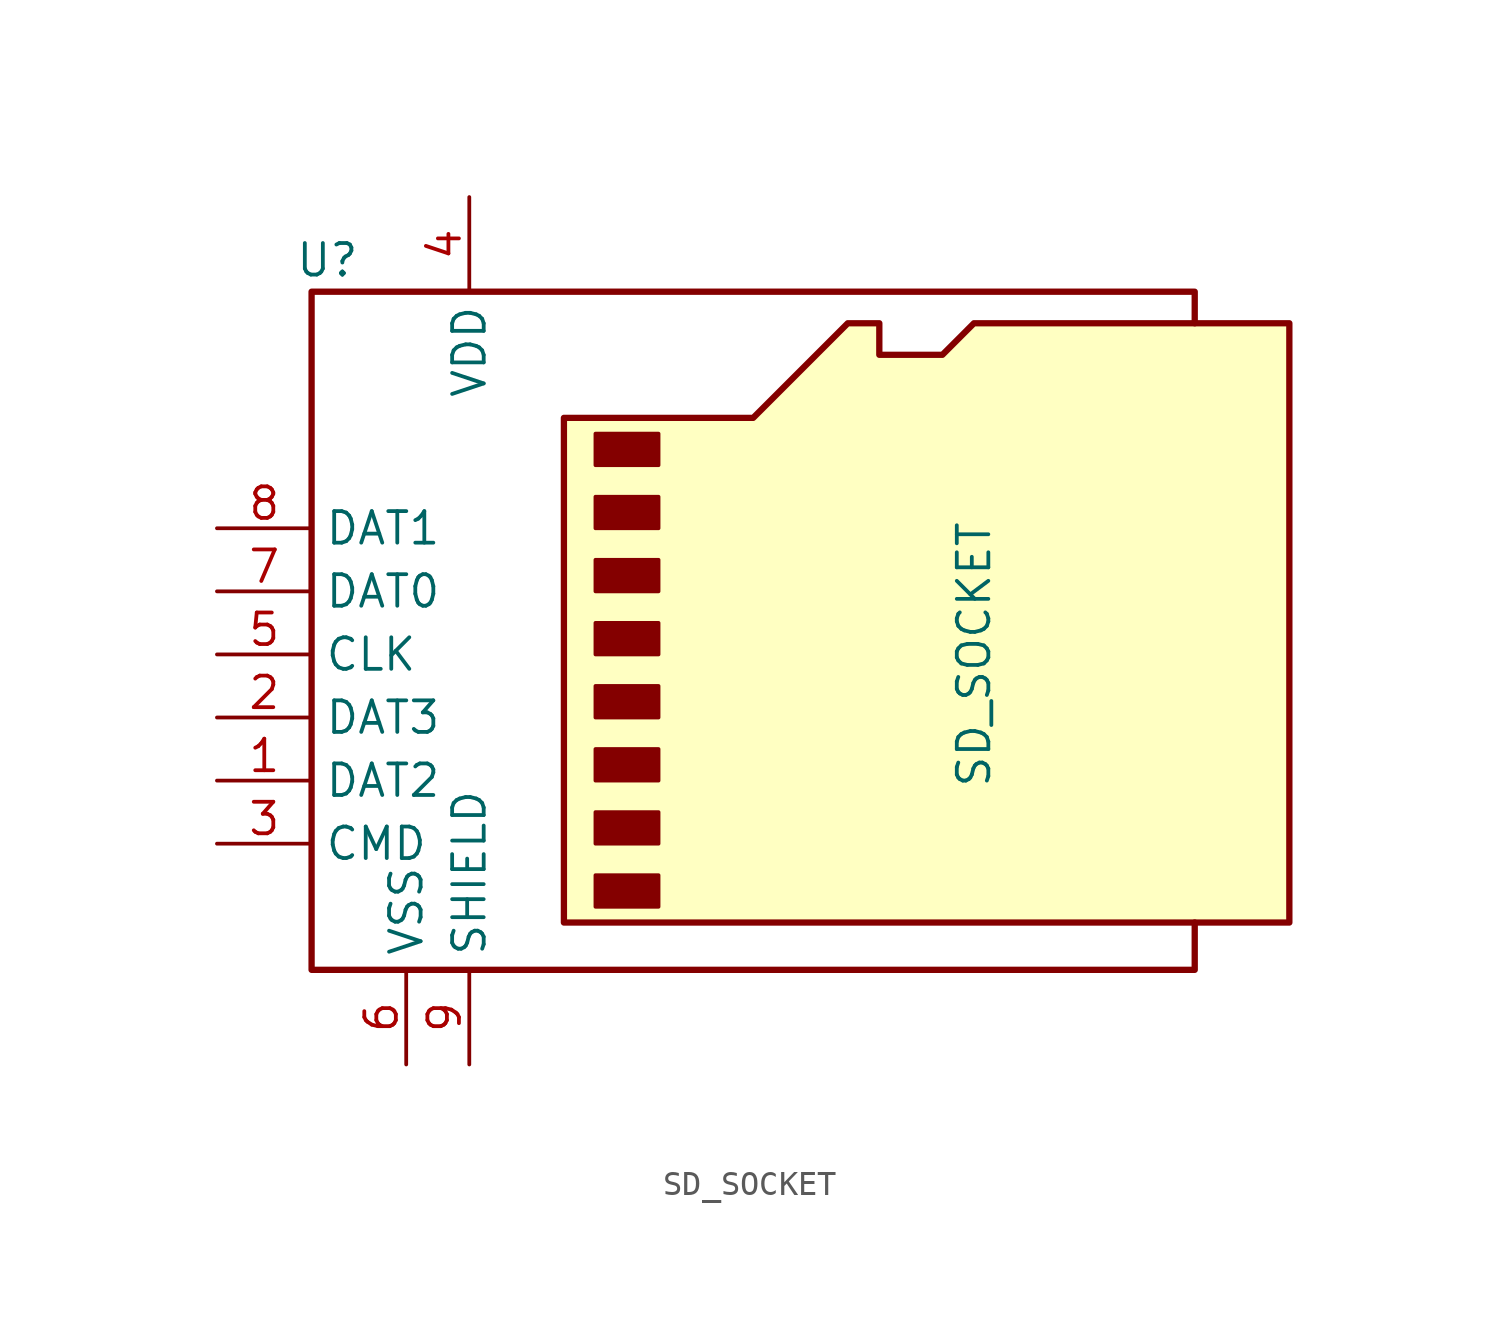
<source format=kicad_sym>
(kicad_symbol_lib
  (version 20220914)
  (generator kicad_symbol_editor)
  (symbol "SD_SOCKET"
    (property "Reference" "U"
      (at 4.445 10.795 0)
      (effects (font (size 1.27 1.27))))
    (property "Value" "SD_SOCKET"
      (at 30.48 -5.08 90)
      (effects (font (size 1.27 1.27))))
    (symbol "SD_SOCKET_0_1"
      (polyline (pts (xy 39.37 8.255) (xy 39.37 9.525) (xy 3.81 9.525) (xy 3.81 -17.78) (xy 39.37 -17.78) (xy 39.37 -15.875)) (stroke (width 0.254) (type default)) (fill (type none)))
      (polyline (pts (xy 13.97 -15.875) (xy 13.97 4.445) (xy 21.59 4.445) (xy 25.4 8.255) (xy 26.67 8.255) (xy 26.67 6.985) (xy 29.21 6.985) (xy 30.48 8.255) (xy 43.18 8.255) (xy 43.18 -15.875) (xy 13.97 -15.875)) (stroke (width 0.254) (type default)) (fill (type background)))
      (rectangle (start 15.24 -13.97) (end 17.78 -15.24) (stroke (width 0) (type default)) (fill (type outline)))
      (rectangle (start 15.24 -11.43) (end 17.78 -12.7) (stroke (width 0) (type default)) (fill (type outline)))
      (rectangle (start 15.24 -8.89) (end 17.78 -10.16) (stroke (width 0) (type default)) (fill (type outline)))
      (rectangle (start 15.24 -6.35) (end 17.78 -7.62) (stroke (width 0) (type default)) (fill (type outline)))
      (rectangle (start 15.24 -3.81) (end 17.78 -5.08) (stroke (width 0) (type default)) (fill (type outline)))
      (rectangle (start 15.24 -1.27) (end 17.78 -2.54) (stroke (width 0) (type default)) (fill (type outline)))
      (rectangle (start 15.24 1.27) (end 17.78 0) (stroke (width 0) (type default)) (fill (type outline)))
      (rectangle (start 15.24 3.81) (end 17.78 2.54) (stroke (width 0) (type default)) (fill (type outline))))
    (symbol "SD_SOCKET_1_1"
      (pin bidirectional line (at 0 -10.16 0) (length 3.81) (name "DAT2" (effects (font (size 1.27 1.27)))) (number "1" (effects (font (size 1.27 1.27)))))
      (pin passive line (at 10.16 -21.59 90) (length 3.81) hide (name "SHIELD" (effects (font (size 1.27 1.27)))) (number "10" (effects (font (size 1.27 1.27)))))
      (pin passive line (at 10.16 -21.59 90) (length 3.81) hide (name "SHIELD" (effects (font (size 1.27 1.27)))) (number "11" (effects (font (size 1.27 1.27)))))
      (pin passive line (at 10.16 -21.59 90) (length 3.81) hide (name "SHIELD" (effects (font (size 1.27 1.27)))) (number "12" (effects (font (size 1.27 1.27)))))
      (pin passive line (at 10.16 -21.59 90) (length 3.81) hide (name "SHIELD" (effects (font (size 1.27 1.27)))) (number "13" (effects (font (size 1.27 1.27)))))
      (pin passive line (at 10.16 -21.59 90) (length 3.81) hide (name "SHIELD" (effects (font (size 1.27 1.27)))) (number "14" (effects (font (size 1.27 1.27)))))
      (pin passive line (at 10.16 -21.59 90) (length 3.81) hide (name "SHIELD" (effects (font (size 1.27 1.27)))) (number "15" (effects (font (size 1.27 1.27)))))
      (pin bidirectional line (at 0 -7.62 0) (length 3.81) (name "DAT3" (effects (font (size 1.27 1.27)))) (number "2" (effects (font (size 1.27 1.27)))))
      (pin input line (at 0 -12.7 0) (length 3.81) (name "CMD" (effects (font (size 1.27 1.27)))) (number "3" (effects (font (size 1.27 1.27)))))
      (pin power_in line (at 10.16 13.335 270) (length 3.81) (name "VDD" (effects (font (size 1.27 1.27)))) (number "4" (effects (font (size 1.27 1.27)))))
      (pin input line (at 0 -5.08 0) (length 3.81) (name "CLK" (effects (font (size 1.27 1.27)))) (number "5" (effects (font (size 1.27 1.27)))))
      (pin power_in line (at 7.62 -21.59 90) (length 3.81) (name "VSS" (effects (font (size 1.27 1.27)))) (number "6" (effects (font (size 1.27 1.27)))))
      (pin bidirectional line (at 0 -2.54 0) (length 3.81) (name "DAT0" (effects (font (size 1.27 1.27)))) (number "7" (effects (font (size 1.27 1.27)))))
      (pin bidirectional line (at 0 0 0) (length 3.81) (name "DAT1" (effects (font (size 1.27 1.27)))) (number "8" (effects (font (size 1.27 1.27)))))
      (pin passive line (at 10.16 -21.59 90) (length 3.81) (name "SHIELD" (effects (font (size 1.27 1.27)))) (number "9" (effects (font (size 1.27 1.27))))))))
</source>
